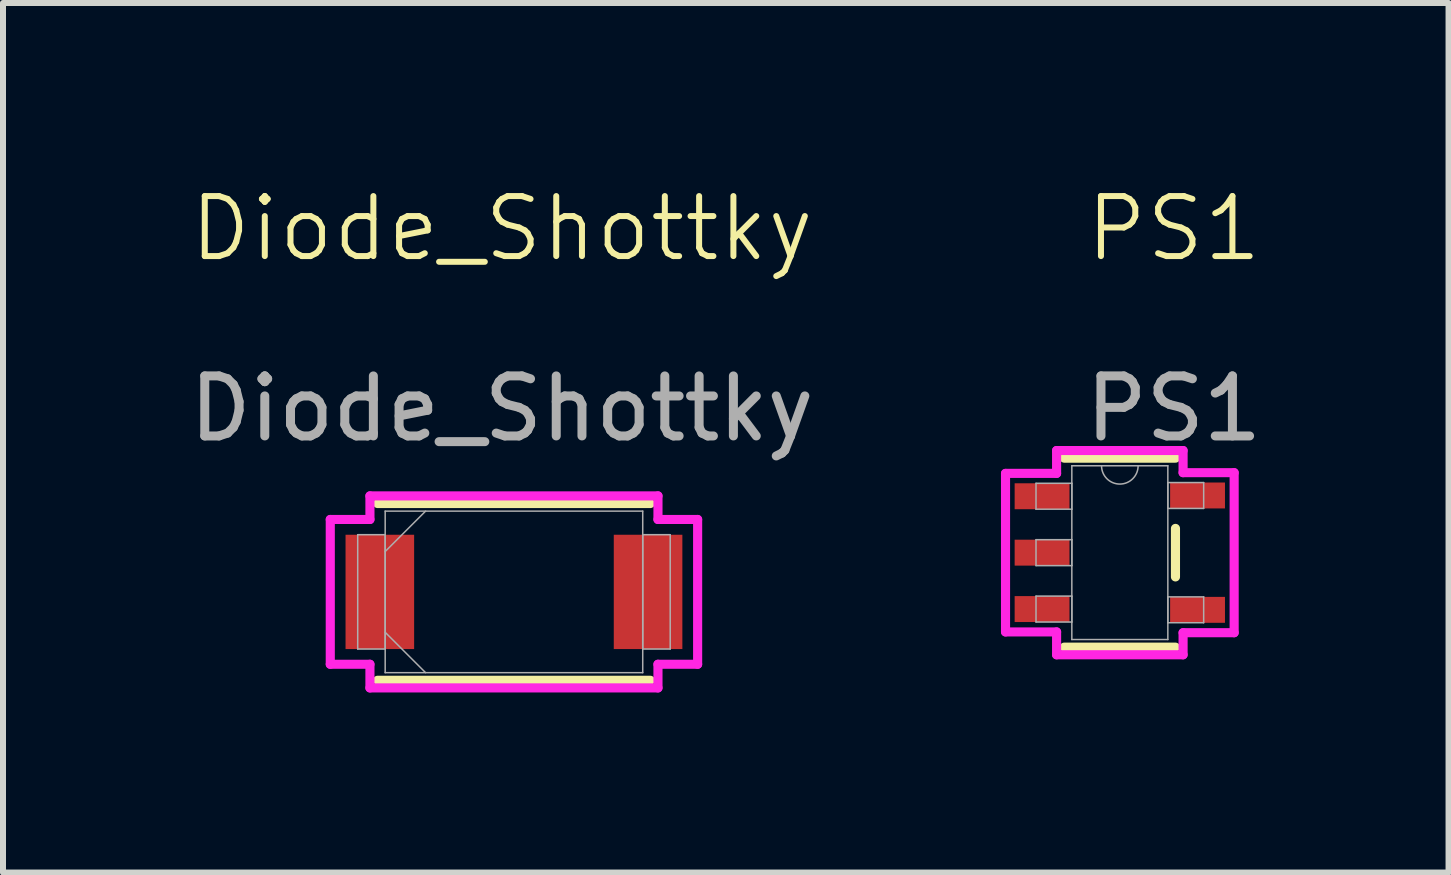
<source format=kicad_pcb>
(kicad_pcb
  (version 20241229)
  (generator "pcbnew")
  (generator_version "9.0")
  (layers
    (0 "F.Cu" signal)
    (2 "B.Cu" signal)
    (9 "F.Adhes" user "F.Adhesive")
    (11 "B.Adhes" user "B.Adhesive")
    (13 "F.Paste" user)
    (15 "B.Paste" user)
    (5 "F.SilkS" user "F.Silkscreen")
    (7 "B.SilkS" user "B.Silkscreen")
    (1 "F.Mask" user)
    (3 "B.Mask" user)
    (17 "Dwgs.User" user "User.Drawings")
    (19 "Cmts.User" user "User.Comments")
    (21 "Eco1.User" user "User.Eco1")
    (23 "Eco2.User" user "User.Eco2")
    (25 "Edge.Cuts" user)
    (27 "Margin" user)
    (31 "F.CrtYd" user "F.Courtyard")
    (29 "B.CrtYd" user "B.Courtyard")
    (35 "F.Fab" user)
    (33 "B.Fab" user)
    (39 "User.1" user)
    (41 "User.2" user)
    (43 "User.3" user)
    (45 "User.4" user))
  (footprint "Diode_Shottky"
    (layer "F.Cu")
    (at 5.315 1.26)
    (property "Reference" "Diode_Shottky" (at 0 -0.5 0) (unlocked yes) (layer "F.SilkS") (effects (font (size 1 1) (thickness 0.1))))
    (attr smd)
    (fp_line (start -2.073 7.027) (end 2.473 7.027) (stroke (width 0.152) (type solid)) (layer "F.SilkS"))
    (fp_line (start 2.473 4.081) (end -2.073 4.081) (stroke (width 0.152) (type solid)) (layer "F.SilkS"))
    (fp_line (start -2.861 4.347) (end -2.2 4.347) (stroke (width 0.152) (type solid)) (layer "F.CrtYd"))
    (fp_line (start -2.861 6.76) (end -2.861 4.347) (stroke (width 0.152) (type solid)) (layer "F.CrtYd"))
    (fp_line (start -2.2 3.954) (end 2.6 3.954) (stroke (width 0.152) (type solid)) (layer "F.CrtYd"))
    (fp_line (start -2.2 4.347) (end -2.2 3.954) (stroke (width 0.152) (type solid)) (layer "F.CrtYd"))
    (fp_line (start -2.2 6.76) (end -2.861 6.76) (stroke (width 0.152) (type solid)) (layer "F.CrtYd"))
    (fp_line (start -2.2 7.154) (end -2.2 6.76) (stroke (width 0.152) (type solid)) (layer "F.CrtYd"))
    (fp_line (start 2.6 3.954) (end 2.6 4.347) (stroke (width 0.152) (type solid)) (layer "F.CrtYd"))
    (fp_line (start 2.6 4.347) (end 3.261 4.347) (stroke (width 0.152) (type solid)) (layer "F.CrtYd"))
    (fp_line (start 2.6 6.76) (end 2.6 7.154) (stroke (width 0.152) (type solid)) (layer "F.CrtYd"))
    (fp_line (start 2.6 7.154) (end -2.2 7.154) (stroke (width 0.152) (type solid)) (layer "F.CrtYd"))
    (fp_line (start 3.261 4.347) (end 3.261 6.76) (stroke (width 0.152) (type solid)) (layer "F.CrtYd"))
    (fp_line (start 3.261 6.76) (end 2.6 6.76) (stroke (width 0.152) (type solid)) (layer "F.CrtYd"))
    (fp_line (start -2.404 4.601) (end -2.404 6.506) (stroke (width 0.025) (type solid)) (layer "F.Fab"))
    (fp_line (start -2.404 6.506) (end -1.946 6.506) (stroke (width 0.025) (type solid)) (layer "F.Fab"))
    (fp_line (start -1.946 4.208) (end -1.946 6.9) (stroke (width 0.025) (type solid)) (layer "F.Fab"))
    (fp_line (start -1.946 4.601) (end -2.404 4.601) (stroke (width 0.025) (type solid)) (layer "F.Fab"))
    (fp_line (start -1.946 4.881) (end -1.273 4.208) (stroke (width 0.025) (type solid)) (layer "F.Fab"))
    (fp_line (start -1.946 6.227) (end -1.273 6.9) (stroke (width 0.025) (type solid)) (layer "F.Fab"))
    (fp_line (start -1.946 6.506) (end -1.946 4.601) (stroke (width 0.025) (type solid)) (layer "F.Fab"))
    (fp_line (start -1.946 6.9) (end 2.346 6.9) (stroke (width 0.025) (type solid)) (layer "F.Fab"))
    (fp_line (start 2.346 4.208) (end -1.946 4.208) (stroke (width 0.025) (type solid)) (layer "F.Fab"))
    (fp_line (start 2.346 4.601) (end 2.346 6.506) (stroke (width 0.025) (type solid)) (layer "F.Fab"))
    (fp_line (start 2.346 6.506) (end 2.804 6.506) (stroke (width 0.025) (type solid)) (layer "F.Fab"))
    (fp_line (start 2.346 6.9) (end 2.346 4.208) (stroke (width 0.025) (type solid)) (layer "F.Fab"))
    (fp_line (start 2.804 4.601) (end 2.346 4.601) (stroke (width 0.025) (type solid)) (layer "F.Fab"))
    (fp_line (start 2.804 6.506) (end 2.804 4.601) (stroke (width 0.025) (type solid)) (layer "F.Fab"))
    (fp_text user "${REFERENCE}" (at 0 2.5 0) (unlocked yes) (layer "F.Fab") (effects (font (size 1 1) (thickness 0.15))))
    (pad "1" smd rect (at -2.035 5.554) (size 1.143 1.905) (layers "F.Cu" "F.Mask" "F.Paste"))
    (pad "2" smd rect (at 2.435 5.554) (size 1.143 1.905) (layers "F.Cu" "F.Mask" "F.Paste"))
    (zone (net_name "") (layer "F.Cu") (hatch full 0.508) (connect_pads) (min_thickness 0.254) (filled_areas_thickness no) (keepout (tracks not_allowed) (vias not_allowed) (pads allowed) (copperpour not_allowed) (footprints allowed)) (placement (enabled no)) (fill) (polygon (pts (xy 3.903 5.519) (xy 7.128 5.519) (xy 7.128 8.11) (xy 3.903 8.11)))))
  (footprint "PS1"
    (layer "F.Cu")
    (at 16.512 1.26)
    (property "Reference" "PS1" (at 0 -0.5 0) (unlocked yes) (layer "F.SilkS") (effects (font (size 1 1) (thickness 0.1))))
    (attr smd)
    (fp_line (start -1.827 6.475) (end 0.027 6.475) (stroke (width 0.152) (type solid)) (layer "F.SilkS"))
    (fp_line (start 0.027 3.325) (end -1.827 3.325) (stroke (width 0.152) (type solid)) (layer "F.SilkS"))
    (fp_line (start 0.027 5.304) (end 0.027 4.496) (stroke (width 0.152) (type solid)) (layer "F.SilkS"))
    (fp_line (start -2.805 3.579) (end -1.954 3.579) (stroke (width 0.152) (type solid)) (layer "F.CrtYd"))
    (fp_line (start -2.805 6.221) (end -2.805 3.579) (stroke (width 0.152) (type solid)) (layer "F.CrtYd"))
    (fp_line (start -1.954 3.198) (end 0.154 3.198) (stroke (width 0.152) (type solid)) (layer "F.CrtYd"))
    (fp_line (start -1.954 3.579) (end -1.954 3.198) (stroke (width 0.152) (type solid)) (layer "F.CrtYd"))
    (fp_line (start -1.954 6.221) (end -2.805 6.221) (stroke (width 0.152) (type solid)) (layer "F.CrtYd"))
    (fp_line (start -1.954 6.602) (end -1.954 6.221) (stroke (width 0.152) (type solid)) (layer "F.CrtYd"))
    (fp_line (start 0.154 3.198) (end 0.154 3.567) (stroke (width 0.152) (type solid)) (layer "F.CrtYd"))
    (fp_line (start 0.154 3.567) (end 1.005 3.567) (stroke (width 0.152) (type solid)) (layer "F.CrtYd"))
    (fp_line (start 0.154 6.234) (end 0.154 6.602) (stroke (width 0.152) (type solid)) (layer "F.CrtYd"))
    (fp_line (start 0.154 6.602) (end -1.954 6.602) (stroke (width 0.152) (type solid)) (layer "F.CrtYd"))
    (fp_line (start 1.005 3.567) (end 1.005 6.234) (stroke (width 0.152) (type solid)) (layer "F.CrtYd"))
    (fp_line (start 1.005 6.234) (end 0.154 6.234) (stroke (width 0.152) (type solid)) (layer "F.CrtYd"))
    (fp_line (start -2.297 3.744) (end -2.297 4.176) (stroke (width 0.025) (type solid)) (layer "F.Fab"))
    (fp_line (start -2.297 4.176) (end -1.7 4.176) (stroke (width 0.025) (type solid)) (layer "F.Fab"))
    (fp_line (start -2.297 4.684) (end -2.297 5.116) (stroke (width 0.025) (type solid)) (layer "F.Fab"))
    (fp_line (start -2.297 5.116) (end -1.7 5.116) (stroke (width 0.025) (type solid)) (layer "F.Fab"))
    (fp_line (start -2.297 5.624) (end -2.297 6.056) (stroke (width 0.025) (type solid)) (layer "F.Fab"))
    (fp_line (start -2.297 6.056) (end -1.7 6.056) (stroke (width 0.025) (type solid)) (layer "F.Fab"))
    (fp_line (start -1.7 3.452) (end -1.7 6.348) (stroke (width 0.025) (type solid)) (layer "F.Fab"))
    (fp_line (start -1.7 3.744) (end -2.297 3.744) (stroke (width 0.025) (type solid)) (layer "F.Fab"))
    (fp_line (start -1.7 4.176) (end -1.7 3.744) (stroke (width 0.025) (type solid)) (layer "F.Fab"))
    (fp_line (start -1.7 4.684) (end -2.297 4.684) (stroke (width 0.025) (type solid)) (layer "F.Fab"))
    (fp_line (start -1.7 5.116) (end -1.7 4.684) (stroke (width 0.025) (type solid)) (layer "F.Fab"))
    (fp_line (start -1.7 5.624) (end -2.297 5.624) (stroke (width 0.025) (type solid)) (layer "F.Fab"))
    (fp_line (start -1.7 6.056) (end -1.7 5.624) (stroke (width 0.025) (type solid)) (layer "F.Fab"))
    (fp_line (start -1.7 6.348) (end -0.1 6.348) (stroke (width 0.025) (type solid)) (layer "F.Fab"))
    (fp_line (start -0.1 3.452) (end -1.7 3.452) (stroke (width 0.025) (type solid)) (layer "F.Fab"))
    (fp_line (start -0.1 3.732) (end -0.1 4.163) (stroke (width 0.025) (type solid)) (layer "F.Fab"))
    (fp_line (start -0.1 4.163) (end 0.497 4.163) (stroke (width 0.025) (type solid)) (layer "F.Fab"))
    (fp_line (start -0.1 5.637) (end -0.1 6.068) (stroke (width 0.025) (type solid)) (layer "F.Fab"))
    (fp_line (start -0.1 6.068) (end 0.497 6.068) (stroke (width 0.025) (type solid)) (layer "F.Fab"))
    (fp_line (start -0.1 6.348) (end -0.1 3.452) (stroke (width 0.025) (type solid)) (layer "F.Fab"))
    (fp_line (start 0.497 3.732) (end -0.1 3.732) (stroke (width 0.025) (type solid)) (layer "F.Fab"))
    (fp_line (start 0.497 4.163) (end 0.497 3.732) (stroke (width 0.025) (type solid)) (layer "F.Fab"))
    (fp_line (start 0.497 5.637) (end -0.1 5.637) (stroke (width 0.025) (type solid)) (layer "F.Fab"))
    (fp_line (start 0.497 6.068) (end 0.497 5.637) (stroke (width 0.025) (type solid)) (layer "F.Fab"))
    (fp_arc (start -0.5953 3.4522) (mid -0.9001 3.757) (end -1.2049 3.4522) (stroke (width 0.0254) (type solid)) (layer "F.Fab"))
    (fp_text user "${REFERENCE}" (at 0 2.5 0) (unlocked yes) (layer "F.Fab") (effects (font (size 1 1) (thickness 0.15))))
    (pad "1" smd rect (at -2.196 3.96) (size 0.914 0.432) (layers "F.Cu" "F.Mask" "F.Paste"))
    (pad "2" smd rect (at -2.196 4.9) (size 0.914 0.432) (layers "F.Cu" "F.Mask" "F.Paste"))
    (pad "3" smd rect (at -2.196 5.84) (size 0.914 0.432) (layers "F.Cu" "F.Mask" "F.Paste"))
    (pad "4" smd rect (at 0.395 5.853) (size 0.914 0.432) (layers "F.Cu" "F.Mask" "F.Paste"))
    (pad "5" smd rect (at 0.395 3.947) (size 0.914 0.432) (layers "F.Cu" "F.Mask" "F.Paste")))
  (gr_rect
    (start -3 -3)
    (end 21.09 11.491)
    (stroke (width 0.1) (type default))
    (fill no)
    (layer "Edge.Cuts")))
</source>
